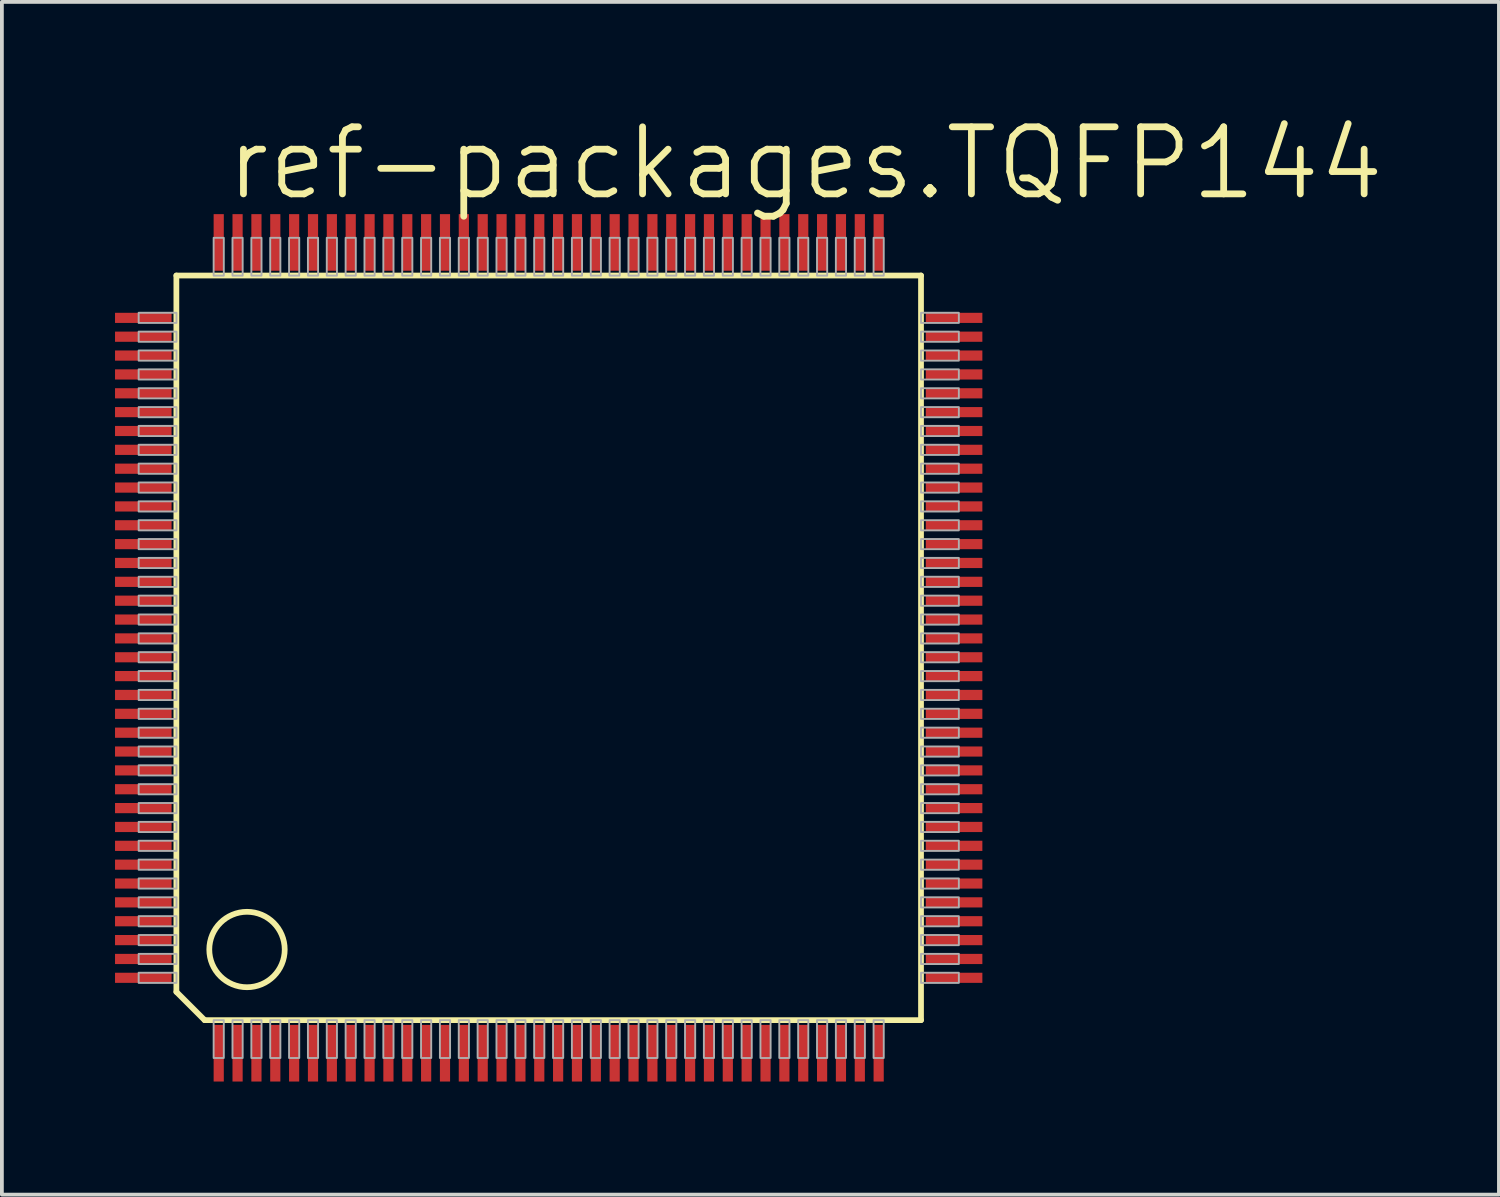
<source format=kicad_pcb>
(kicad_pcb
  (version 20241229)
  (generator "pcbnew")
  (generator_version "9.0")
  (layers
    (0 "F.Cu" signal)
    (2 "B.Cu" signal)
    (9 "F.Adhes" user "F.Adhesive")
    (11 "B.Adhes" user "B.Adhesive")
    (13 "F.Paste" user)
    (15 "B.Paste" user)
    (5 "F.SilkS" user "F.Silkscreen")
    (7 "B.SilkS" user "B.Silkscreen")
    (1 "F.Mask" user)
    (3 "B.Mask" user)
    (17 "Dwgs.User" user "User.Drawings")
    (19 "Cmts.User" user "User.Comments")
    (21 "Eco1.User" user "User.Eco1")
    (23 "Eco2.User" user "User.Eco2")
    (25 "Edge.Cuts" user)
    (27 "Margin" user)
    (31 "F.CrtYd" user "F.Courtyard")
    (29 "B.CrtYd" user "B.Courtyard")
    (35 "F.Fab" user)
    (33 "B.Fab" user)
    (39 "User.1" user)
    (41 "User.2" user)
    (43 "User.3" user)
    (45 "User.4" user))
  (footprint "ref-packages.TQFP144"
    (layer "F.Cu")
    (at 11.5 14.129)
    (property "Reference" "ref-packages.TQFP144" (at -8.636 -11.811 0) (layer "F.SilkS") (effects (font (size 1.778 1.778) (thickness 0.18)) (justify left bottom)))
    (attr smd)
    (fp_line (start -9.873 -9.873) (end 9.873 -9.873) (stroke (width 0.152) (type default)) (layer "F.SilkS"))
    (fp_line (start -9.873 9.123) (end -9.873 -9.873) (stroke (width 0.152) (type default)) (layer "F.SilkS"))
    (fp_line (start -9.123 9.873) (end -9.873 9.123) (stroke (width 0.152) (type default)) (layer "F.SilkS"))
    (fp_line (start 9.873 -9.873) (end 9.873 9.873) (stroke (width 0.152) (type default)) (layer "F.SilkS"))
    (fp_line (start 9.873 9.873) (end -9.123 9.873) (stroke (width 0.152) (type default)) (layer "F.SilkS"))
    (fp_circle (center -8 8) (end -7 8) (stroke (width 0.152) (type default)) (fill no) (layer "F.SilkS"))
    (fp_rect (start -10.873 -8.615) (end -9.87 -8.885) (stroke (width 0.05) (type default)) (fill no) (layer "F.Fab"))
    (fp_rect (start -10.873 -8.115) (end -9.87 -8.385) (stroke (width 0.05) (type default)) (fill no) (layer "F.Fab"))
    (fp_rect (start -10.873 -7.615) (end -9.87 -7.885) (stroke (width 0.05) (type default)) (fill no) (layer "F.Fab"))
    (fp_rect (start -10.873 -7.115) (end -9.87 -7.385) (stroke (width 0.05) (type default)) (fill no) (layer "F.Fab"))
    (fp_rect (start -10.873 -6.615) (end -9.87 -6.885) (stroke (width 0.05) (type default)) (fill no) (layer "F.Fab"))
    (fp_rect (start -10.873 -6.115) (end -9.87 -6.385) (stroke (width 0.05) (type default)) (fill no) (layer "F.Fab"))
    (fp_rect (start -10.873 -5.615) (end -9.87 -5.885) (stroke (width 0.05) (type default)) (fill no) (layer "F.Fab"))
    (fp_rect (start -10.873 -5.115) (end -9.87 -5.385) (stroke (width 0.05) (type default)) (fill no) (layer "F.Fab"))
    (fp_rect (start -10.873 -4.615) (end -9.87 -4.885) (stroke (width 0.05) (type default)) (fill no) (layer "F.Fab"))
    (fp_rect (start -10.873 -4.115) (end -9.87 -4.385) (stroke (width 0.05) (type default)) (fill no) (layer "F.Fab"))
    (fp_rect (start -10.873 -3.615) (end -9.87 -3.885) (stroke (width 0.05) (type default)) (fill no) (layer "F.Fab"))
    (fp_rect (start -10.873 -3.115) (end -9.87 -3.385) (stroke (width 0.05) (type default)) (fill no) (layer "F.Fab"))
    (fp_rect (start -10.873 -2.615) (end -9.87 -2.885) (stroke (width 0.05) (type default)) (fill no) (layer "F.Fab"))
    (fp_rect (start -10.873 -2.115) (end -9.87 -2.385) (stroke (width 0.05) (type default)) (fill no) (layer "F.Fab"))
    (fp_rect (start -10.873 -1.615) (end -9.87 -1.885) (stroke (width 0.05) (type default)) (fill no) (layer "F.Fab"))
    (fp_rect (start -10.873 -1.115) (end -9.87 -1.385) (stroke (width 0.05) (type default)) (fill no) (layer "F.Fab"))
    (fp_rect (start -10.873 -0.615) (end -9.87 -0.885) (stroke (width 0.05) (type default)) (fill no) (layer "F.Fab"))
    (fp_rect (start -10.873 -0.115) (end -9.87 -0.385) (stroke (width 0.05) (type default)) (fill no) (layer "F.Fab"))
    (fp_rect (start -10.873 0.385) (end -9.87 0.115) (stroke (width 0.05) (type default)) (fill no) (layer "F.Fab"))
    (fp_rect (start -10.873 0.885) (end -9.87 0.615) (stroke (width 0.05) (type default)) (fill no) (layer "F.Fab"))
    (fp_rect (start -10.873 1.385) (end -9.87 1.115) (stroke (width 0.05) (type default)) (fill no) (layer "F.Fab"))
    (fp_rect (start -10.873 1.885) (end -9.87 1.615) (stroke (width 0.05) (type default)) (fill no) (layer "F.Fab"))
    (fp_rect (start -10.873 2.385) (end -9.87 2.115) (stroke (width 0.05) (type default)) (fill no) (layer "F.Fab"))
    (fp_rect (start -10.873 2.885) (end -9.87 2.615) (stroke (width 0.05) (type default)) (fill no) (layer "F.Fab"))
    (fp_rect (start -10.873 3.385) (end -9.87 3.115) (stroke (width 0.05) (type default)) (fill no) (layer "F.Fab"))
    (fp_rect (start -10.873 3.885) (end -9.87 3.615) (stroke (width 0.05) (type default)) (fill no) (layer "F.Fab"))
    (fp_rect (start -10.873 4.385) (end -9.87 4.115) (stroke (width 0.05) (type default)) (fill no) (layer "F.Fab"))
    (fp_rect (start -10.873 4.885) (end -9.87 4.615) (stroke (width 0.05) (type default)) (fill no) (layer "F.Fab"))
    (fp_rect (start -10.873 5.385) (end -9.87 5.115) (stroke (width 0.05) (type default)) (fill no) (layer "F.Fab"))
    (fp_rect (start -10.873 5.885) (end -9.87 5.615) (stroke (width 0.05) (type default)) (fill no) (layer "F.Fab"))
    (fp_rect (start -10.873 6.385) (end -9.87 6.115) (stroke (width 0.05) (type default)) (fill no) (layer "F.Fab"))
    (fp_rect (start -10.873 6.885) (end -9.87 6.615) (stroke (width 0.05) (type default)) (fill no) (layer "F.Fab"))
    (fp_rect (start -10.873 7.385) (end -9.87 7.115) (stroke (width 0.05) (type default)) (fill no) (layer "F.Fab"))
    (fp_rect (start -10.873 7.885) (end -9.87 7.615) (stroke (width 0.05) (type default)) (fill no) (layer "F.Fab"))
    (fp_rect (start -10.873 8.385) (end -9.87 8.115) (stroke (width 0.05) (type default)) (fill no) (layer "F.Fab"))
    (fp_rect (start -10.873 8.885) (end -9.87 8.615) (stroke (width 0.05) (type default)) (fill no) (layer "F.Fab"))
    (fp_rect (start -8.885 -9.87) (end -8.615 -10.873) (stroke (width 0.05) (type default)) (fill no) (layer "F.Fab"))
    (fp_rect (start -8.885 10.876) (end -8.615 9.873) (stroke (width 0.05) (type default)) (fill no) (layer "F.Fab"))
    (fp_rect (start -8.385 -9.87) (end -8.115 -10.873) (stroke (width 0.05) (type default)) (fill no) (layer "F.Fab"))
    (fp_rect (start -8.385 10.876) (end -8.115 9.873) (stroke (width 0.05) (type default)) (fill no) (layer "F.Fab"))
    (fp_rect (start -7.885 -9.87) (end -7.615 -10.873) (stroke (width 0.05) (type default)) (fill no) (layer "F.Fab"))
    (fp_rect (start -7.885 10.876) (end -7.615 9.873) (stroke (width 0.05) (type default)) (fill no) (layer "F.Fab"))
    (fp_rect (start -7.385 -9.87) (end -7.115 -10.873) (stroke (width 0.05) (type default)) (fill no) (layer "F.Fab"))
    (fp_rect (start -7.385 10.876) (end -7.115 9.873) (stroke (width 0.05) (type default)) (fill no) (layer "F.Fab"))
    (fp_rect (start -6.885 -9.87) (end -6.615 -10.873) (stroke (width 0.05) (type default)) (fill no) (layer "F.Fab"))
    (fp_rect (start -6.885 10.876) (end -6.615 9.873) (stroke (width 0.05) (type default)) (fill no) (layer "F.Fab"))
    (fp_rect (start -6.385 -9.87) (end -6.115 -10.873) (stroke (width 0.05) (type default)) (fill no) (layer "F.Fab"))
    (fp_rect (start -6.385 10.876) (end -6.115 9.873) (stroke (width 0.05) (type default)) (fill no) (layer "F.Fab"))
    (fp_rect (start -5.885 -9.87) (end -5.615 -10.873) (stroke (width 0.05) (type default)) (fill no) (layer "F.Fab"))
    (fp_rect (start -5.885 10.876) (end -5.615 9.873) (stroke (width 0.05) (type default)) (fill no) (layer "F.Fab"))
    (fp_rect (start -5.385 -9.87) (end -5.115 -10.873) (stroke (width 0.05) (type default)) (fill no) (layer "F.Fab"))
    (fp_rect (start -5.385 10.876) (end -5.115 9.873) (stroke (width 0.05) (type default)) (fill no) (layer "F.Fab"))
    (fp_rect (start -4.885 -9.87) (end -4.615 -10.873) (stroke (width 0.05) (type default)) (fill no) (layer "F.Fab"))
    (fp_rect (start -4.885 10.876) (end -4.615 9.873) (stroke (width 0.05) (type default)) (fill no) (layer "F.Fab"))
    (fp_rect (start -4.385 -9.87) (end -4.115 -10.873) (stroke (width 0.05) (type default)) (fill no) (layer "F.Fab"))
    (fp_rect (start -4.385 10.876) (end -4.115 9.873) (stroke (width 0.05) (type default)) (fill no) (layer "F.Fab"))
    (fp_rect (start -3.885 -9.87) (end -3.615 -10.873) (stroke (width 0.05) (type default)) (fill no) (layer "F.Fab"))
    (fp_rect (start -3.885 10.876) (end -3.615 9.873) (stroke (width 0.05) (type default)) (fill no) (layer "F.Fab"))
    (fp_rect (start -3.385 -9.87) (end -3.115 -10.873) (stroke (width 0.05) (type default)) (fill no) (layer "F.Fab"))
    (fp_rect (start -3.385 10.876) (end -3.115 9.873) (stroke (width 0.05) (type default)) (fill no) (layer "F.Fab"))
    (fp_rect (start -2.885 -9.87) (end -2.615 -10.873) (stroke (width 0.05) (type default)) (fill no) (layer "F.Fab"))
    (fp_rect (start -2.885 10.876) (end -2.615 9.873) (stroke (width 0.05) (type default)) (fill no) (layer "F.Fab"))
    (fp_rect (start -2.385 -9.87) (end -2.115 -10.873) (stroke (width 0.05) (type default)) (fill no) (layer "F.Fab"))
    (fp_rect (start -2.385 10.876) (end -2.115 9.873) (stroke (width 0.05) (type default)) (fill no) (layer "F.Fab"))
    (fp_rect (start -1.885 -9.87) (end -1.615 -10.873) (stroke (width 0.05) (type default)) (fill no) (layer "F.Fab"))
    (fp_rect (start -1.885 10.876) (end -1.615 9.873) (stroke (width 0.05) (type default)) (fill no) (layer "F.Fab"))
    (fp_rect (start -1.385 -9.87) (end -1.115 -10.873) (stroke (width 0.05) (type default)) (fill no) (layer "F.Fab"))
    (fp_rect (start -1.385 10.876) (end -1.115 9.873) (stroke (width 0.05) (type default)) (fill no) (layer "F.Fab"))
    (fp_rect (start -0.885 -9.87) (end -0.615 -10.873) (stroke (width 0.05) (type default)) (fill no) (layer "F.Fab"))
    (fp_rect (start -0.885 10.876) (end -0.615 9.873) (stroke (width 0.05) (type default)) (fill no) (layer "F.Fab"))
    (fp_rect (start -0.385 -9.87) (end -0.115 -10.873) (stroke (width 0.05) (type default)) (fill no) (layer "F.Fab"))
    (fp_rect (start -0.385 10.876) (end -0.115 9.873) (stroke (width 0.05) (type default)) (fill no) (layer "F.Fab"))
    (fp_rect (start 0.115 -9.87) (end 0.385 -10.873) (stroke (width 0.05) (type default)) (fill no) (layer "F.Fab"))
    (fp_rect (start 0.115 10.876) (end 0.385 9.873) (stroke (width 0.05) (type default)) (fill no) (layer "F.Fab"))
    (fp_rect (start 0.615 -9.87) (end 0.885 -10.873) (stroke (width 0.05) (type default)) (fill no) (layer "F.Fab"))
    (fp_rect (start 0.615 10.876) (end 0.885 9.873) (stroke (width 0.05) (type default)) (fill no) (layer "F.Fab"))
    (fp_rect (start 1.115 -9.87) (end 1.385 -10.873) (stroke (width 0.05) (type default)) (fill no) (layer "F.Fab"))
    (fp_rect (start 1.115 10.876) (end 1.385 9.873) (stroke (width 0.05) (type default)) (fill no) (layer "F.Fab"))
    (fp_rect (start 1.615 -9.87) (end 1.885 -10.873) (stroke (width 0.05) (type default)) (fill no) (layer "F.Fab"))
    (fp_rect (start 1.615 10.876) (end 1.885 9.873) (stroke (width 0.05) (type default)) (fill no) (layer "F.Fab"))
    (fp_rect (start 2.115 -9.87) (end 2.385 -10.873) (stroke (width 0.05) (type default)) (fill no) (layer "F.Fab"))
    (fp_rect (start 2.115 10.876) (end 2.385 9.873) (stroke (width 0.05) (type default)) (fill no) (layer "F.Fab"))
    (fp_rect (start 2.615 -9.87) (end 2.885 -10.873) (stroke (width 0.05) (type default)) (fill no) (layer "F.Fab"))
    (fp_rect (start 2.615 10.876) (end 2.885 9.873) (stroke (width 0.05) (type default)) (fill no) (layer "F.Fab"))
    (fp_rect (start 3.115 -9.87) (end 3.385 -10.873) (stroke (width 0.05) (type default)) (fill no) (layer "F.Fab"))
    (fp_rect (start 3.115 10.876) (end 3.385 9.873) (stroke (width 0.05) (type default)) (fill no) (layer "F.Fab"))
    (fp_rect (start 3.615 -9.87) (end 3.885 -10.873) (stroke (width 0.05) (type default)) (fill no) (layer "F.Fab"))
    (fp_rect (start 3.615 10.876) (end 3.885 9.873) (stroke (width 0.05) (type default)) (fill no) (layer "F.Fab"))
    (fp_rect (start 4.115 -9.87) (end 4.385 -10.873) (stroke (width 0.05) (type default)) (fill no) (layer "F.Fab"))
    (fp_rect (start 4.115 10.876) (end 4.385 9.873) (stroke (width 0.05) (type default)) (fill no) (layer "F.Fab"))
    (fp_rect (start 4.615 -9.87) (end 4.885 -10.873) (stroke (width 0.05) (type default)) (fill no) (layer "F.Fab"))
    (fp_rect (start 4.615 10.876) (end 4.885 9.873) (stroke (width 0.05) (type default)) (fill no) (layer "F.Fab"))
    (fp_rect (start 5.115 -9.87) (end 5.385 -10.873) (stroke (width 0.05) (type default)) (fill no) (layer "F.Fab"))
    (fp_rect (start 5.115 10.876) (end 5.385 9.873) (stroke (width 0.05) (type default)) (fill no) (layer "F.Fab"))
    (fp_rect (start 5.615 -9.87) (end 5.885 -10.873) (stroke (width 0.05) (type default)) (fill no) (layer "F.Fab"))
    (fp_rect (start 5.615 10.876) (end 5.885 9.873) (stroke (width 0.05) (type default)) (fill no) (layer "F.Fab"))
    (fp_rect (start 6.115 -9.87) (end 6.385 -10.873) (stroke (width 0.05) (type default)) (fill no) (layer "F.Fab"))
    (fp_rect (start 6.115 10.876) (end 6.385 9.873) (stroke (width 0.05) (type default)) (fill no) (layer "F.Fab"))
    (fp_rect (start 6.615 -9.87) (end 6.885 -10.873) (stroke (width 0.05) (type default)) (fill no) (layer "F.Fab"))
    (fp_rect (start 6.615 10.876) (end 6.885 9.873) (stroke (width 0.05) (type default)) (fill no) (layer "F.Fab"))
    (fp_rect (start 7.115 -9.87) (end 7.385 -10.873) (stroke (width 0.05) (type default)) (fill no) (layer "F.Fab"))
    (fp_rect (start 7.115 10.876) (end 7.385 9.873) (stroke (width 0.05) (type default)) (fill no) (layer "F.Fab"))
    (fp_rect (start 7.615 -9.87) (end 7.885 -10.873) (stroke (width 0.05) (type default)) (fill no) (layer "F.Fab"))
    (fp_rect (start 7.615 10.876) (end 7.885 9.873) (stroke (width 0.05) (type default)) (fill no) (layer "F.Fab"))
    (fp_rect (start 8.115 -9.87) (end 8.385 -10.873) (stroke (width 0.05) (type default)) (fill no) (layer "F.Fab"))
    (fp_rect (start 8.115 10.876) (end 8.385 9.873) (stroke (width 0.05) (type default)) (fill no) (layer "F.Fab"))
    (fp_rect (start 8.615 -9.87) (end 8.885 -10.873) (stroke (width 0.05) (type default)) (fill no) (layer "F.Fab"))
    (fp_rect (start 8.615 10.876) (end 8.885 9.873) (stroke (width 0.05) (type default)) (fill no) (layer "F.Fab"))
    (fp_rect (start 9.873 -8.615) (end 10.876 -8.885) (stroke (width 0.05) (type default)) (fill no) (layer "F.Fab"))
    (fp_rect (start 9.873 -8.115) (end 10.876 -8.385) (stroke (width 0.05) (type default)) (fill no) (layer "F.Fab"))
    (fp_rect (start 9.873 -7.615) (end 10.876 -7.885) (stroke (width 0.05) (type default)) (fill no) (layer "F.Fab"))
    (fp_rect (start 9.873 -7.115) (end 10.876 -7.385) (stroke (width 0.05) (type default)) (fill no) (layer "F.Fab"))
    (fp_rect (start 9.873 -6.615) (end 10.876 -6.885) (stroke (width 0.05) (type default)) (fill no) (layer "F.Fab"))
    (fp_rect (start 9.873 -6.115) (end 10.876 -6.385) (stroke (width 0.05) (type default)) (fill no) (layer "F.Fab"))
    (fp_rect (start 9.873 -5.615) (end 10.876 -5.885) (stroke (width 0.05) (type default)) (fill no) (layer "F.Fab"))
    (fp_rect (start 9.873 -5.115) (end 10.876 -5.385) (stroke (width 0.05) (type default)) (fill no) (layer "F.Fab"))
    (fp_rect (start 9.873 -4.615) (end 10.876 -4.885) (stroke (width 0.05) (type default)) (fill no) (layer "F.Fab"))
    (fp_rect (start 9.873 -4.115) (end 10.876 -4.385) (stroke (width 0.05) (type default)) (fill no) (layer "F.Fab"))
    (fp_rect (start 9.873 -3.615) (end 10.876 -3.885) (stroke (width 0.05) (type default)) (fill no) (layer "F.Fab"))
    (fp_rect (start 9.873 -3.115) (end 10.876 -3.385) (stroke (width 0.05) (type default)) (fill no) (layer "F.Fab"))
    (fp_rect (start 9.873 -2.615) (end 10.876 -2.885) (stroke (width 0.05) (type default)) (fill no) (layer "F.Fab"))
    (fp_rect (start 9.873 -2.115) (end 10.876 -2.385) (stroke (width 0.05) (type default)) (fill no) (layer "F.Fab"))
    (fp_rect (start 9.873 -1.615) (end 10.876 -1.885) (stroke (width 0.05) (type default)) (fill no) (layer "F.Fab"))
    (fp_rect (start 9.873 -1.115) (end 10.876 -1.385) (stroke (width 0.05) (type default)) (fill no) (layer "F.Fab"))
    (fp_rect (start 9.873 -0.615) (end 10.876 -0.885) (stroke (width 0.05) (type default)) (fill no) (layer "F.Fab"))
    (fp_rect (start 9.873 -0.115) (end 10.876 -0.385) (stroke (width 0.05) (type default)) (fill no) (layer "F.Fab"))
    (fp_rect (start 9.873 0.385) (end 10.876 0.115) (stroke (width 0.05) (type default)) (fill no) (layer "F.Fab"))
    (fp_rect (start 9.873 0.885) (end 10.876 0.615) (stroke (width 0.05) (type default)) (fill no) (layer "F.Fab"))
    (fp_rect (start 9.873 1.385) (end 10.876 1.115) (stroke (width 0.05) (type default)) (fill no) (layer "F.Fab"))
    (fp_rect (start 9.873 1.885) (end 10.876 1.615) (stroke (width 0.05) (type default)) (fill no) (layer "F.Fab"))
    (fp_rect (start 9.873 2.385) (end 10.876 2.115) (stroke (width 0.05) (type default)) (fill no) (layer "F.Fab"))
    (fp_rect (start 9.873 2.885) (end 10.876 2.615) (stroke (width 0.05) (type default)) (fill no) (layer "F.Fab"))
    (fp_rect (start 9.873 3.385) (end 10.876 3.115) (stroke (width 0.05) (type default)) (fill no) (layer "F.Fab"))
    (fp_rect (start 9.873 3.885) (end 10.876 3.615) (stroke (width 0.05) (type default)) (fill no) (layer "F.Fab"))
    (fp_rect (start 9.873 4.385) (end 10.876 4.115) (stroke (width 0.05) (type default)) (fill no) (layer "F.Fab"))
    (fp_rect (start 9.873 4.885) (end 10.876 4.615) (stroke (width 0.05) (type default)) (fill no) (layer "F.Fab"))
    (fp_rect (start 9.873 5.385) (end 10.876 5.115) (stroke (width 0.05) (type default)) (fill no) (layer "F.Fab"))
    (fp_rect (start 9.873 5.885) (end 10.876 5.615) (stroke (width 0.05) (type default)) (fill no) (layer "F.Fab"))
    (fp_rect (start 9.873 6.385) (end 10.876 6.115) (stroke (width 0.05) (type default)) (fill no) (layer "F.Fab"))
    (fp_rect (start 9.873 6.885) (end 10.876 6.615) (stroke (width 0.05) (type default)) (fill no) (layer "F.Fab"))
    (fp_rect (start 9.873 7.385) (end 10.876 7.115) (stroke (width 0.05) (type default)) (fill no) (layer "F.Fab"))
    (fp_rect (start 9.873 7.885) (end 10.876 7.615) (stroke (width 0.05) (type default)) (fill no) (layer "F.Fab"))
    (fp_rect (start 9.873 8.385) (end 10.876 8.115) (stroke (width 0.05) (type default)) (fill no) (layer "F.Fab"))
    (fp_rect (start 9.873 8.885) (end 10.876 8.615) (stroke (width 0.05) (type default)) (fill no) (layer "F.Fab"))
    (pad "1" smd roundrect (at -8.75 10.75) (size 0.27 1.5) (layers "F.Cu" "F.Mask" "F.Paste") (roundrect_rratio 0.01))
    (pad "2" smd roundrect (at -8.25 10.75) (size 0.27 1.5) (layers "F.Cu" "F.Mask" "F.Paste") (roundrect_rratio 0.01))
    (pad "3" smd roundrect (at -7.75 10.75) (size 0.27 1.5) (layers "F.Cu" "F.Mask" "F.Paste") (roundrect_rratio 0.01))
    (pad "4" smd roundrect (at -7.25 10.75) (size 0.27 1.5) (layers "F.Cu" "F.Mask" "F.Paste") (roundrect_rratio 0.01))
    (pad "5" smd roundrect (at -6.75 10.75) (size 0.27 1.5) (layers "F.Cu" "F.Mask" "F.Paste") (roundrect_rratio 0.01))
    (pad "6" smd roundrect (at -6.25 10.75) (size 0.27 1.5) (layers "F.Cu" "F.Mask" "F.Paste") (roundrect_rratio 0.01))
    (pad "7" smd roundrect (at -5.75 10.75) (size 0.27 1.5) (layers "F.Cu" "F.Mask" "F.Paste") (roundrect_rratio 0.01))
    (pad "8" smd roundrect (at -5.25 10.75) (size 0.27 1.5) (layers "F.Cu" "F.Mask" "F.Paste") (roundrect_rratio 0.01))
    (pad "9" smd roundrect (at -4.75 10.75) (size 0.27 1.5) (layers "F.Cu" "F.Mask" "F.Paste") (roundrect_rratio 0.01))
    (pad "10" smd roundrect (at -4.25 10.75) (size 0.27 1.5) (layers "F.Cu" "F.Mask" "F.Paste") (roundrect_rratio 0.01))
    (pad "11" smd roundrect (at -3.75 10.75) (size 0.27 1.5) (layers "F.Cu" "F.Mask" "F.Paste") (roundrect_rratio 0.01))
    (pad "12" smd roundrect (at -3.25 10.75) (size 0.27 1.5) (layers "F.Cu" "F.Mask" "F.Paste") (roundrect_rratio 0.01))
    (pad "13" smd roundrect (at -2.75 10.75) (size 0.27 1.5) (layers "F.Cu" "F.Mask" "F.Paste") (roundrect_rratio 0.01))
    (pad "14" smd roundrect (at -2.25 10.75) (size 0.27 1.5) (layers "F.Cu" "F.Mask" "F.Paste") (roundrect_rratio 0.01))
    (pad "15" smd roundrect (at -1.75 10.75) (size 0.27 1.5) (layers "F.Cu" "F.Mask" "F.Paste") (roundrect_rratio 0.01))
    (pad "16" smd roundrect (at -1.25 10.75) (size 0.27 1.5) (layers "F.Cu" "F.Mask" "F.Paste") (roundrect_rratio 0.01))
    (pad "17" smd roundrect (at -0.75 10.75) (size 0.27 1.5) (layers "F.Cu" "F.Mask" "F.Paste") (roundrect_rratio 0.01))
    (pad "18" smd roundrect (at -0.25 10.75) (size 0.27 1.5) (layers "F.Cu" "F.Mask" "F.Paste") (roundrect_rratio 0.01))
    (pad "19" smd roundrect (at 0.25 10.75) (size 0.27 1.5) (layers "F.Cu" "F.Mask" "F.Paste") (roundrect_rratio 0.01))
    (pad "20" smd roundrect (at 0.75 10.75) (size 0.27 1.5) (layers "F.Cu" "F.Mask" "F.Paste") (roundrect_rratio 0.01))
    (pad "21" smd roundrect (at 1.25 10.75) (size 0.27 1.5) (layers "F.Cu" "F.Mask" "F.Paste") (roundrect_rratio 0.01))
    (pad "22" smd roundrect (at 1.75 10.75) (size 0.27 1.5) (layers "F.Cu" "F.Mask" "F.Paste") (roundrect_rratio 0.01))
    (pad "23" smd roundrect (at 2.25 10.75) (size 0.27 1.5) (layers "F.Cu" "F.Mask" "F.Paste") (roundrect_rratio 0.01))
    (pad "24" smd roundrect (at 2.75 10.75) (size 0.27 1.5) (layers "F.Cu" "F.Mask" "F.Paste") (roundrect_rratio 0.01))
    (pad "25" smd roundrect (at 3.25 10.75) (size 0.27 1.5) (layers "F.Cu" "F.Mask" "F.Paste") (roundrect_rratio 0.01))
    (pad "26" smd roundrect (at 3.75 10.75) (size 0.27 1.5) (layers "F.Cu" "F.Mask" "F.Paste") (roundrect_rratio 0.01))
    (pad "27" smd roundrect (at 4.25 10.75) (size 0.27 1.5) (layers "F.Cu" "F.Mask" "F.Paste") (roundrect_rratio 0.01))
    (pad "28" smd roundrect (at 4.75 10.75) (size 0.27 1.5) (layers "F.Cu" "F.Mask" "F.Paste") (roundrect_rratio 0.01))
    (pad "29" smd roundrect (at 5.25 10.75) (size 0.27 1.5) (layers "F.Cu" "F.Mask" "F.Paste") (roundrect_rratio 0.01))
    (pad "30" smd roundrect (at 5.75 10.75) (size 0.27 1.5) (layers "F.Cu" "F.Mask" "F.Paste") (roundrect_rratio 0.01))
    (pad "31" smd roundrect (at 6.25 10.75) (size 0.27 1.5) (layers "F.Cu" "F.Mask" "F.Paste") (roundrect_rratio 0.01))
    (pad "32" smd roundrect (at 6.75 10.75) (size 0.27 1.5) (layers "F.Cu" "F.Mask" "F.Paste") (roundrect_rratio 0.01))
    (pad "33" smd roundrect (at 7.25 10.75) (size 0.27 1.5) (layers "F.Cu" "F.Mask" "F.Paste") (roundrect_rratio 0.01))
    (pad "34" smd roundrect (at 7.75 10.75) (size 0.27 1.5) (layers "F.Cu" "F.Mask" "F.Paste") (roundrect_rratio 0.01))
    (pad "35" smd roundrect (at 8.25 10.75) (size 0.27 1.5) (layers "F.Cu" "F.Mask" "F.Paste") (roundrect_rratio 0.01))
    (pad "36" smd roundrect (at 8.75 10.75) (size 0.27 1.5) (layers "F.Cu" "F.Mask" "F.Paste") (roundrect_rratio 0.01))
    (pad "37" smd roundrect (at 10.75 8.75) (size 1.5 0.27) (layers "F.Cu" "F.Mask" "F.Paste") (roundrect_rratio 0.01))
    (pad "38" smd roundrect (at 10.75 8.25) (size 1.5 0.27) (layers "F.Cu" "F.Mask" "F.Paste") (roundrect_rratio 0.01))
    (pad "39" smd roundrect (at 10.75 7.75) (size 1.5 0.27) (layers "F.Cu" "F.Mask" "F.Paste") (roundrect_rratio 0.01))
    (pad "40" smd roundrect (at 10.75 7.25) (size 1.5 0.27) (layers "F.Cu" "F.Mask" "F.Paste") (roundrect_rratio 0.01))
    (pad "41" smd roundrect (at 10.75 6.75) (size 1.5 0.27) (layers "F.Cu" "F.Mask" "F.Paste") (roundrect_rratio 0.01))
    (pad "42" smd roundrect (at 10.75 6.25) (size 1.5 0.27) (layers "F.Cu" "F.Mask" "F.Paste") (roundrect_rratio 0.01))
    (pad "43" smd roundrect (at 10.75 5.75) (size 1.5 0.27) (layers "F.Cu" "F.Mask" "F.Paste") (roundrect_rratio 0.01))
    (pad "44" smd roundrect (at 10.75 5.25) (size 1.5 0.27) (layers "F.Cu" "F.Mask" "F.Paste") (roundrect_rratio 0.01))
    (pad "45" smd roundrect (at 10.75 4.75) (size 1.5 0.27) (layers "F.Cu" "F.Mask" "F.Paste") (roundrect_rratio 0.01))
    (pad "46" smd roundrect (at 10.75 4.25) (size 1.5 0.27) (layers "F.Cu" "F.Mask" "F.Paste") (roundrect_rratio 0.01))
    (pad "47" smd roundrect (at 10.75 3.75) (size 1.5 0.27) (layers "F.Cu" "F.Mask" "F.Paste") (roundrect_rratio 0.01))
    (pad "48" smd roundrect (at 10.75 3.25) (size 1.5 0.27) (layers "F.Cu" "F.Mask" "F.Paste") (roundrect_rratio 0.01))
    (pad "49" smd roundrect (at 10.75 2.75) (size 1.5 0.27) (layers "F.Cu" "F.Mask" "F.Paste") (roundrect_rratio 0.01))
    (pad "50" smd roundrect (at 10.75 2.25) (size 1.5 0.27) (layers "F.Cu" "F.Mask" "F.Paste") (roundrect_rratio 0.01))
    (pad "51" smd roundrect (at 10.75 1.75) (size 1.5 0.27) (layers "F.Cu" "F.Mask" "F.Paste") (roundrect_rratio 0.01))
    (pad "52" smd roundrect (at 10.75 1.25) (size 1.5 0.27) (layers "F.Cu" "F.Mask" "F.Paste") (roundrect_rratio 0.01))
    (pad "53" smd roundrect (at 10.75 0.75) (size 1.5 0.27) (layers "F.Cu" "F.Mask" "F.Paste") (roundrect_rratio 0.01))
    (pad "54" smd roundrect (at 10.75 0.25) (size 1.5 0.27) (layers "F.Cu" "F.Mask" "F.Paste") (roundrect_rratio 0.01))
    (pad "55" smd roundrect (at 10.75 -0.25) (size 1.5 0.27) (layers "F.Cu" "F.Mask" "F.Paste") (roundrect_rratio 0.01))
    (pad "56" smd roundrect (at 10.75 -0.75) (size 1.5 0.27) (layers "F.Cu" "F.Mask" "F.Paste") (roundrect_rratio 0.01))
    (pad "57" smd roundrect (at 10.75 -1.25) (size 1.5 0.27) (layers "F.Cu" "F.Mask" "F.Paste") (roundrect_rratio 0.01))
    (pad "58" smd roundrect (at 10.75 -1.75) (size 1.5 0.27) (layers "F.Cu" "F.Mask" "F.Paste") (roundrect_rratio 0.01))
    (pad "59" smd roundrect (at 10.75 -2.25) (size 1.5 0.27) (layers "F.Cu" "F.Mask" "F.Paste") (roundrect_rratio 0.01))
    (pad "60" smd roundrect (at 10.75 -2.75) (size 1.5 0.27) (layers "F.Cu" "F.Mask" "F.Paste") (roundrect_rratio 0.01))
    (pad "61" smd roundrect (at 10.75 -3.25) (size 1.5 0.27) (layers "F.Cu" "F.Mask" "F.Paste") (roundrect_rratio 0.01))
    (pad "62" smd roundrect (at 10.75 -3.75) (size 1.5 0.27) (layers "F.Cu" "F.Mask" "F.Paste") (roundrect_rratio 0.01))
    (pad "63" smd roundrect (at 10.75 -4.25) (size 1.5 0.27) (layers "F.Cu" "F.Mask" "F.Paste") (roundrect_rratio 0.01))
    (pad "64" smd roundrect (at 10.75 -4.75) (size 1.5 0.27) (layers "F.Cu" "F.Mask" "F.Paste") (roundrect_rratio 0.01))
    (pad "65" smd roundrect (at 10.75 -5.25) (size 1.5 0.27) (layers "F.Cu" "F.Mask" "F.Paste") (roundrect_rratio 0.01))
    (pad "66" smd roundrect (at 10.75 -5.75) (size 1.5 0.27) (layers "F.Cu" "F.Mask" "F.Paste") (roundrect_rratio 0.01))
    (pad "67" smd roundrect (at 10.75 -6.25) (size 1.5 0.27) (layers "F.Cu" "F.Mask" "F.Paste") (roundrect_rratio 0.01))
    (pad "68" smd roundrect (at 10.75 -6.75) (size 1.5 0.27) (layers "F.Cu" "F.Mask" "F.Paste") (roundrect_rratio 0.01))
    (pad "69" smd roundrect (at 10.75 -7.25) (size 1.5 0.27) (layers "F.Cu" "F.Mask" "F.Paste") (roundrect_rratio 0.01))
    (pad "70" smd roundrect (at 10.75 -7.75) (size 1.5 0.27) (layers "F.Cu" "F.Mask" "F.Paste") (roundrect_rratio 0.01))
    (pad "71" smd roundrect (at 10.75 -8.25) (size 1.5 0.27) (layers "F.Cu" "F.Mask" "F.Paste") (roundrect_rratio 0.01))
    (pad "72" smd roundrect (at 10.75 -8.75) (size 1.5 0.27) (layers "F.Cu" "F.Mask" "F.Paste") (roundrect_rratio 0.01))
    (pad "73" smd roundrect (at 8.75 -10.75) (size 0.27 1.5) (layers "F.Cu" "F.Mask" "F.Paste") (roundrect_rratio 0.01))
    (pad "74" smd roundrect (at 8.25 -10.75) (size 0.27 1.5) (layers "F.Cu" "F.Mask" "F.Paste") (roundrect_rratio 0.01))
    (pad "75" smd roundrect (at 7.75 -10.75) (size 0.27 1.5) (layers "F.Cu" "F.Mask" "F.Paste") (roundrect_rratio 0.01))
    (pad "76" smd roundrect (at 7.25 -10.75) (size 0.27 1.5) (layers "F.Cu" "F.Mask" "F.Paste") (roundrect_rratio 0.01))
    (pad "77" smd roundrect (at 6.75 -10.75) (size 0.27 1.5) (layers "F.Cu" "F.Mask" "F.Paste") (roundrect_rratio 0.01))
    (pad "78" smd roundrect (at 6.25 -10.75) (size 0.27 1.5) (layers "F.Cu" "F.Mask" "F.Paste") (roundrect_rratio 0.01))
    (pad "79" smd roundrect (at 5.75 -10.75) (size 0.27 1.5) (layers "F.Cu" "F.Mask" "F.Paste") (roundrect_rratio 0.01))
    (pad "80" smd roundrect (at 5.25 -10.75) (size 0.27 1.5) (layers "F.Cu" "F.Mask" "F.Paste") (roundrect_rratio 0.01))
    (pad "81" smd roundrect (at 4.75 -10.75) (size 0.27 1.5) (layers "F.Cu" "F.Mask" "F.Paste") (roundrect_rratio 0.01))
    (pad "82" smd roundrect (at 4.25 -10.75) (size 0.27 1.5) (layers "F.Cu" "F.Mask" "F.Paste") (roundrect_rratio 0.01))
    (pad "83" smd roundrect (at 3.75 -10.75) (size 0.27 1.5) (layers "F.Cu" "F.Mask" "F.Paste") (roundrect_rratio 0.01))
    (pad "84" smd roundrect (at 3.25 -10.75) (size 0.27 1.5) (layers "F.Cu" "F.Mask" "F.Paste") (roundrect_rratio 0.01))
    (pad "85" smd roundrect (at 2.75 -10.75) (size 0.27 1.5) (layers "F.Cu" "F.Mask" "F.Paste") (roundrect_rratio 0.01))
    (pad "86" smd roundrect (at 2.25 -10.75) (size 0.27 1.5) (layers "F.Cu" "F.Mask" "F.Paste") (roundrect_rratio 0.01))
    (pad "87" smd roundrect (at 1.75 -10.75) (size 0.27 1.5) (layers "F.Cu" "F.Mask" "F.Paste") (roundrect_rratio 0.01))
    (pad "88" smd roundrect (at 1.25 -10.75) (size 0.27 1.5) (layers "F.Cu" "F.Mask" "F.Paste") (roundrect_rratio 0.01))
    (pad "89" smd roundrect (at 0.75 -10.75) (size 0.27 1.5) (layers "F.Cu" "F.Mask" "F.Paste") (roundrect_rratio 0.01))
    (pad "90" smd roundrect (at 0.25 -10.75) (size 0.27 1.5) (layers "F.Cu" "F.Mask" "F.Paste") (roundrect_rratio 0.01))
    (pad "91" smd roundrect (at -0.25 -10.75) (size 0.27 1.5) (layers "F.Cu" "F.Mask" "F.Paste") (roundrect_rratio 0.01))
    (pad "92" smd roundrect (at -0.75 -10.75) (size 0.27 1.5) (layers "F.Cu" "F.Mask" "F.Paste") (roundrect_rratio 0.01))
    (pad "93" smd roundrect (at -1.25 -10.75) (size 0.27 1.5) (layers "F.Cu" "F.Mask" "F.Paste") (roundrect_rratio 0.01))
    (pad "94" smd roundrect (at -1.75 -10.75) (size 0.27 1.5) (layers "F.Cu" "F.Mask" "F.Paste") (roundrect_rratio 0.01))
    (pad "95" smd roundrect (at -2.25 -10.75) (size 0.27 1.5) (layers "F.Cu" "F.Mask" "F.Paste") (roundrect_rratio 0.01))
    (pad "96" smd roundrect (at -2.75 -10.75) (size 0.27 1.5) (layers "F.Cu" "F.Mask" "F.Paste") (roundrect_rratio 0.01))
    (pad "97" smd roundrect (at -3.25 -10.75) (size 0.27 1.5) (layers "F.Cu" "F.Mask" "F.Paste") (roundrect_rratio 0.01))
    (pad "98" smd roundrect (at -3.75 -10.75) (size 0.27 1.5) (layers "F.Cu" "F.Mask" "F.Paste") (roundrect_rratio 0.01))
    (pad "99" smd roundrect (at -4.25 -10.75) (size 0.27 1.5) (layers "F.Cu" "F.Mask" "F.Paste") (roundrect_rratio 0.01))
    (pad "100" smd roundrect (at -4.75 -10.75) (size 0.27 1.5) (layers "F.Cu" "F.Mask" "F.Paste") (roundrect_rratio 0.01))
    (pad "101" smd roundrect (at -5.25 -10.75) (size 0.27 1.5) (layers "F.Cu" "F.Mask" "F.Paste") (roundrect_rratio 0.01))
    (pad "102" smd roundrect (at -5.75 -10.75) (size 0.27 1.5) (layers "F.Cu" "F.Mask" "F.Paste") (roundrect_rratio 0.01))
    (pad "103" smd roundrect (at -6.25 -10.75) (size 0.27 1.5) (layers "F.Cu" "F.Mask" "F.Paste") (roundrect_rratio 0.01))
    (pad "104" smd roundrect (at -6.75 -10.75) (size 0.27 1.5) (layers "F.Cu" "F.Mask" "F.Paste") (roundrect_rratio 0.01))
    (pad "105" smd roundrect (at -7.25 -10.75) (size 0.27 1.5) (layers "F.Cu" "F.Mask" "F.Paste") (roundrect_rratio 0.01))
    (pad "106" smd roundrect (at -7.75 -10.75) (size 0.27 1.5) (layers "F.Cu" "F.Mask" "F.Paste") (roundrect_rratio 0.01))
    (pad "107" smd roundrect (at -8.25 -10.75) (size 0.27 1.5) (layers "F.Cu" "F.Mask" "F.Paste") (roundrect_rratio 0.01))
    (pad "108" smd roundrect (at -8.75 -10.75) (size 0.27 1.5) (layers "F.Cu" "F.Mask" "F.Paste") (roundrect_rratio 0.01))
    (pad "109" smd roundrect (at -10.75 -8.75) (size 1.5 0.27) (layers "F.Cu" "F.Mask" "F.Paste") (roundrect_rratio 0.01))
    (pad "110" smd roundrect (at -10.75 -8.25) (size 1.5 0.27) (layers "F.Cu" "F.Mask" "F.Paste") (roundrect_rratio 0.01))
    (pad "111" smd roundrect (at -10.75 -7.75) (size 1.5 0.27) (layers "F.Cu" "F.Mask" "F.Paste") (roundrect_rratio 0.01))
    (pad "112" smd roundrect (at -10.75 -7.25) (size 1.5 0.27) (layers "F.Cu" "F.Mask" "F.Paste") (roundrect_rratio 0.01))
    (pad "113" smd roundrect (at -10.75 -6.75) (size 1.5 0.27) (layers "F.Cu" "F.Mask" "F.Paste") (roundrect_rratio 0.01))
    (pad "114" smd roundrect (at -10.75 -6.25) (size 1.5 0.27) (layers "F.Cu" "F.Mask" "F.Paste") (roundrect_rratio 0.01))
    (pad "115" smd roundrect (at -10.75 -5.75) (size 1.5 0.27) (layers "F.Cu" "F.Mask" "F.Paste") (roundrect_rratio 0.01))
    (pad "116" smd roundrect (at -10.75 -5.25) (size 1.5 0.27) (layers "F.Cu" "F.Mask" "F.Paste") (roundrect_rratio 0.01))
    (pad "117" smd roundrect (at -10.75 -4.75) (size 1.5 0.27) (layers "F.Cu" "F.Mask" "F.Paste") (roundrect_rratio 0.01))
    (pad "118" smd roundrect (at -10.75 -4.25) (size 1.5 0.27) (layers "F.Cu" "F.Mask" "F.Paste") (roundrect_rratio 0.01))
    (pad "119" smd roundrect (at -10.75 -3.75) (size 1.5 0.27) (layers "F.Cu" "F.Mask" "F.Paste") (roundrect_rratio 0.01))
    (pad "120" smd roundrect (at -10.75 -3.25) (size 1.5 0.27) (layers "F.Cu" "F.Mask" "F.Paste") (roundrect_rratio 0.01))
    (pad "121" smd roundrect (at -10.75 -2.75) (size 1.5 0.27) (layers "F.Cu" "F.Mask" "F.Paste") (roundrect_rratio 0.01))
    (pad "122" smd roundrect (at -10.75 -2.25) (size 1.5 0.27) (layers "F.Cu" "F.Mask" "F.Paste") (roundrect_rratio 0.01))
    (pad "123" smd roundrect (at -10.75 -1.75) (size 1.5 0.27) (layers "F.Cu" "F.Mask" "F.Paste") (roundrect_rratio 0.01))
    (pad "124" smd roundrect (at -10.75 -1.25) (size 1.5 0.27) (layers "F.Cu" "F.Mask" "F.Paste") (roundrect_rratio 0.01))
    (pad "125" smd roundrect (at -10.75 -0.75) (size 1.5 0.27) (layers "F.Cu" "F.Mask" "F.Paste") (roundrect_rratio 0.01))
    (pad "126" smd roundrect (at -10.75 -0.25) (size 1.5 0.27) (layers "F.Cu" "F.Mask" "F.Paste") (roundrect_rratio 0.01))
    (pad "127" smd roundrect (at -10.75 0.25) (size 1.5 0.27) (layers "F.Cu" "F.Mask" "F.Paste") (roundrect_rratio 0.01))
    (pad "128" smd roundrect (at -10.75 0.75) (size 1.5 0.27) (layers "F.Cu" "F.Mask" "F.Paste") (roundrect_rratio 0.01))
    (pad "129" smd roundrect (at -10.75 1.25) (size 1.5 0.27) (layers "F.Cu" "F.Mask" "F.Paste") (roundrect_rratio 0.01))
    (pad "130" smd roundrect (at -10.75 1.75) (size 1.5 0.27) (layers "F.Cu" "F.Mask" "F.Paste") (roundrect_rratio 0.01))
    (pad "131" smd roundrect (at -10.75 2.25) (size 1.5 0.27) (layers "F.Cu" "F.Mask" "F.Paste") (roundrect_rratio 0.01))
    (pad "132" smd roundrect (at -10.75 2.75) (size 1.5 0.27) (layers "F.Cu" "F.Mask" "F.Paste") (roundrect_rratio 0.01))
    (pad "133" smd roundrect (at -10.75 3.25) (size 1.5 0.27) (layers "F.Cu" "F.Mask" "F.Paste") (roundrect_rratio 0.01))
    (pad "134" smd roundrect (at -10.75 3.75) (size 1.5 0.27) (layers "F.Cu" "F.Mask" "F.Paste") (roundrect_rratio 0.01))
    (pad "135" smd roundrect (at -10.75 4.25) (size 1.5 0.27) (layers "F.Cu" "F.Mask" "F.Paste") (roundrect_rratio 0.01))
    (pad "136" smd roundrect (at -10.75 4.75) (size 1.5 0.27) (layers "F.Cu" "F.Mask" "F.Paste") (roundrect_rratio 0.01))
    (pad "137" smd roundrect (at -10.75 5.25) (size 1.5 0.27) (layers "F.Cu" "F.Mask" "F.Paste") (roundrect_rratio 0.01))
    (pad "138" smd roundrect (at -10.75 5.75) (size 1.5 0.27) (layers "F.Cu" "F.Mask" "F.Paste") (roundrect_rratio 0.01))
    (pad "139" smd roundrect (at -10.75 6.25) (size 1.5 0.27) (layers "F.Cu" "F.Mask" "F.Paste") (roundrect_rratio 0.01))
    (pad "140" smd roundrect (at -10.75 6.75) (size 1.5 0.27) (layers "F.Cu" "F.Mask" "F.Paste") (roundrect_rratio 0.01))
    (pad "141" smd roundrect (at -10.75 7.25) (size 1.5 0.27) (layers "F.Cu" "F.Mask" "F.Paste") (roundrect_rratio 0.01))
    (pad "142" smd roundrect (at -10.75 7.75) (size 1.5 0.27) (layers "F.Cu" "F.Mask" "F.Paste") (roundrect_rratio 0.01))
    (pad "143" smd roundrect (at -10.75 8.25) (size 1.5 0.27) (layers "F.Cu" "F.Mask" "F.Paste") (roundrect_rratio 0.01))
    (pad "144" smd roundrect (at -10.75 8.75) (size 1.5 0.27) (layers "F.Cu" "F.Mask" "F.Paste") (roundrect_rratio 0.01)))
  (gr_rect
    (start -3 -3)
    (end 36.698 28.629)
    (stroke (width 0.1) (type default))
    (fill no)
    (layer "Edge.Cuts")))
</source>
